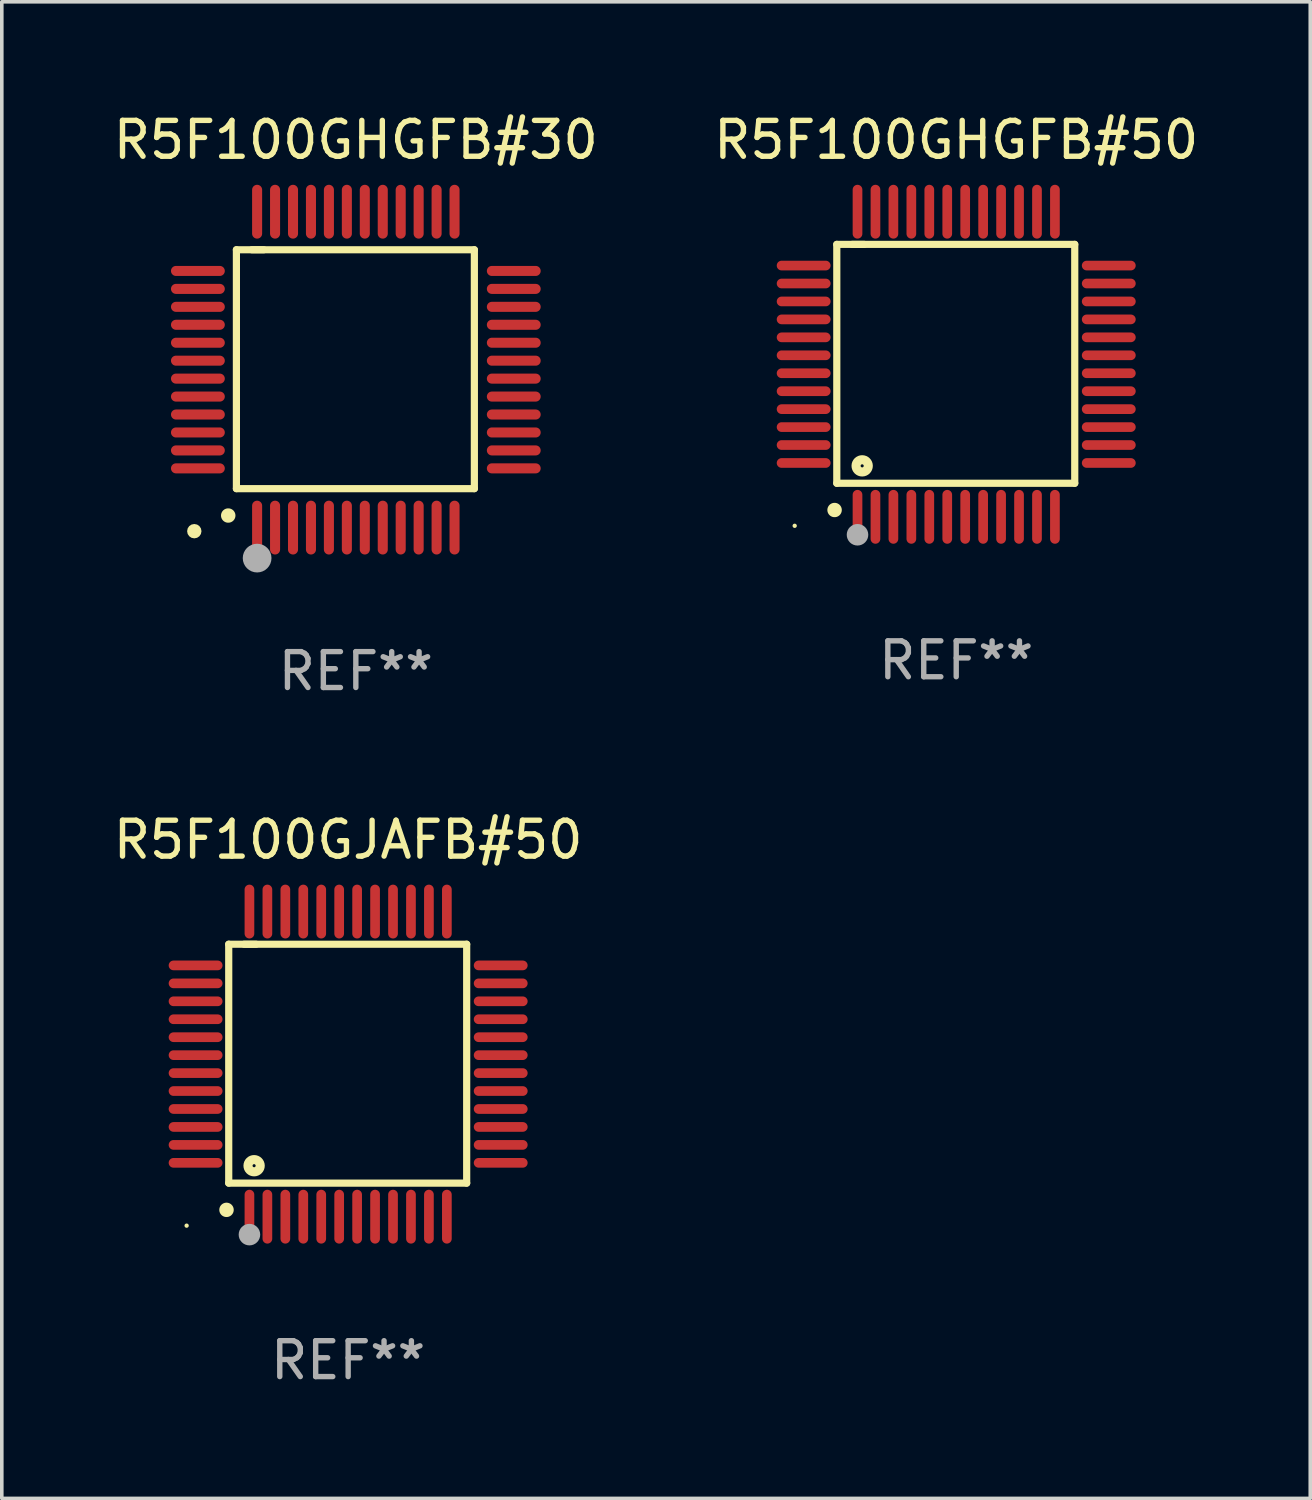
<source format=kicad_pcb>
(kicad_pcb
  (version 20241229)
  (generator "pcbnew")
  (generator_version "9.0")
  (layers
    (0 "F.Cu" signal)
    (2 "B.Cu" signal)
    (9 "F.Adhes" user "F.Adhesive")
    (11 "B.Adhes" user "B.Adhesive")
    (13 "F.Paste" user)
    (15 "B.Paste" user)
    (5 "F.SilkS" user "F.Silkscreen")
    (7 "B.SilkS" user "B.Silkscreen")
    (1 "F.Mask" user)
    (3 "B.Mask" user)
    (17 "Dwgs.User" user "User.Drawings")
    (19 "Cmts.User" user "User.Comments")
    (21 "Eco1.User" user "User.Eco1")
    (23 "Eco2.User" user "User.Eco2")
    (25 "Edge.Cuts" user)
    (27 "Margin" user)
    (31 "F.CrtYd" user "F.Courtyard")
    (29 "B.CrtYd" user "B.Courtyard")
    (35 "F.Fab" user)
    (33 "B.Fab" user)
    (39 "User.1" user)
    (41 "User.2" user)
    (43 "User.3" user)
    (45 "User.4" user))
  (footprint "R5F100GHGFB#30"
    (layer "F.Cu")
    (at 6.863 7.248)
    (property "Reference" "R5F100GHGFB#30" (at 0 -6.4 0) (layer "F.SilkS") (effects (font (size 1 1) (thickness 0.15))))
    (attr through_hole)
    (fp_line (start -3.327 -3.34) (end -2.565 -3.34) (stroke (width 0.2) (type solid)) (layer "F.SilkS"))
    (fp_line (start -3.327 3.315) (end -3.327 -3.34) (stroke (width 0.2) (type solid)) (layer "F.SilkS"))
    (fp_line (start -2.896 -3.34) (end 3.302 -3.34) (stroke (width 0.2) (type solid)) (layer "F.SilkS"))
    (fp_line (start 3.302 -3.34) (end 3.302 3.315) (stroke (width 0.2) (type solid)) (layer "F.SilkS"))
    (fp_line (start 3.302 3.315) (end -3.327 3.315) (stroke (width 0.2) (type solid)) (layer "F.SilkS"))
    (fp_arc (start -3.556007 4.064008) (mid -3.554737 4.064004) (end -3.553467 4.064008) (stroke (width 0.4) (type solid)) (layer "F.SilkS"))
    (fp_circle (center -4.5 4.5) (end -4.4 4.5) (stroke (width 0.2) (type solid)) (fill no) (layer "F.SilkS"))
    (fp_circle (center -2.75 5.25) (end -2.55 5.25) (stroke (width 0.4) (type solid)) (fill no) (layer "F.Fab"))
    (fp_text user "REF**" (at 0 8.4 0) (layer "F.Fab") (effects (font (size 1 1) (thickness 0.15))))
    (pad "1" smd oval (at -2.75 4.4 180) (size 0.28 1.5) (layers "F.Cu" "F.Mask" "F.Paste"))
    (pad "2" smd oval (at -2.25 4.4 180) (size 0.28 1.5) (layers "F.Cu" "F.Mask" "F.Paste"))
    (pad "3" smd oval (at -1.75 4.4 180) (size 0.28 1.5) (layers "F.Cu" "F.Mask" "F.Paste"))
    (pad "4" smd oval (at -1.25 4.4 180) (size 0.28 1.5) (layers "F.Cu" "F.Mask" "F.Paste"))
    (pad "5" smd oval (at -0.75 4.4 180) (size 0.28 1.5) (layers "F.Cu" "F.Mask" "F.Paste"))
    (pad "6" smd oval (at -0.25 4.4 180) (size 0.28 1.5) (layers "F.Cu" "F.Mask" "F.Paste"))
    (pad "7" smd oval (at 0.25 4.4 180) (size 0.28 1.5) (layers "F.Cu" "F.Mask" "F.Paste"))
    (pad "8" smd oval (at 0.75 4.4 180) (size 0.28 1.5) (layers "F.Cu" "F.Mask" "F.Paste"))
    (pad "9" smd oval (at 1.25 4.4 180) (size 0.28 1.5) (layers "F.Cu" "F.Mask" "F.Paste"))
    (pad "10" smd oval (at 1.75 4.4 180) (size 0.28 1.5) (layers "F.Cu" "F.Mask" "F.Paste"))
    (pad "11" smd oval (at 2.25 4.4 180) (size 0.28 1.5) (layers "F.Cu" "F.Mask" "F.Paste"))
    (pad "12" smd oval (at 2.75 4.4 180) (size 0.28 1.5) (layers "F.Cu" "F.Mask" "F.Paste"))
    (pad "13" smd oval (at 4.4 2.75 90) (size 0.28 1.5) (layers "F.Cu" "F.Mask" "F.Paste"))
    (pad "14" smd oval (at 4.4 2.25 90) (size 0.28 1.5) (layers "F.Cu" "F.Mask" "F.Paste"))
    (pad "15" smd oval (at 4.4 1.75 90) (size 0.28 1.5) (layers "F.Cu" "F.Mask" "F.Paste"))
    (pad "16" smd oval (at 4.4 1.25 90) (size 0.28 1.5) (layers "F.Cu" "F.Mask" "F.Paste"))
    (pad "17" smd oval (at 4.4 0.75 90) (size 0.28 1.5) (layers "F.Cu" "F.Mask" "F.Paste"))
    (pad "18" smd oval (at 4.4 0.25 90) (size 0.28 1.5) (layers "F.Cu" "F.Mask" "F.Paste"))
    (pad "19" smd oval (at 4.4 -0.25 90) (size 0.28 1.5) (layers "F.Cu" "F.Mask" "F.Paste"))
    (pad "20" smd oval (at 4.4 -0.75 90) (size 0.28 1.5) (layers "F.Cu" "F.Mask" "F.Paste"))
    (pad "21" smd oval (at 4.4 -1.25 90) (size 0.28 1.5) (layers "F.Cu" "F.Mask" "F.Paste"))
    (pad "22" smd oval (at 4.4 -1.75 90) (size 0.28 1.5) (layers "F.Cu" "F.Mask" "F.Paste"))
    (pad "23" smd oval (at 4.4 -2.25 90) (size 0.28 1.5) (layers "F.Cu" "F.Mask" "F.Paste"))
    (pad "24" smd oval (at 4.4 -2.75 90) (size 0.28 1.5) (layers "F.Cu" "F.Mask" "F.Paste"))
    (pad "25" smd oval (at 2.75 -4.4 180) (size 0.28 1.5) (layers "F.Cu" "F.Mask" "F.Paste"))
    (pad "26" smd oval (at 2.25 -4.4 180) (size 0.28 1.5) (layers "F.Cu" "F.Mask" "F.Paste"))
    (pad "27" smd oval (at 1.75 -4.4 180) (size 0.28 1.5) (layers "F.Cu" "F.Mask" "F.Paste"))
    (pad "28" smd oval (at 1.25 -4.4 180) (size 0.28 1.5) (layers "F.Cu" "F.Mask" "F.Paste"))
    (pad "29" smd oval (at 0.75 -4.4 180) (size 0.28 1.5) (layers "F.Cu" "F.Mask" "F.Paste"))
    (pad "30" smd oval (at 0.25 -4.4 180) (size 0.28 1.5) (layers "F.Cu" "F.Mask" "F.Paste"))
    (pad "31" smd oval (at -0.25 -4.4 180) (size 0.28 1.5) (layers "F.Cu" "F.Mask" "F.Paste"))
    (pad "32" smd oval (at -0.75 -4.4 180) (size 0.28 1.5) (layers "F.Cu" "F.Mask" "F.Paste"))
    (pad "33" smd oval (at -1.25 -4.4 180) (size 0.28 1.5) (layers "F.Cu" "F.Mask" "F.Paste"))
    (pad "34" smd oval (at -1.75 -4.4 180) (size 0.28 1.5) (layers "F.Cu" "F.Mask" "F.Paste"))
    (pad "35" smd oval (at -2.25 -4.4 180) (size 0.28 1.5) (layers "F.Cu" "F.Mask" "F.Paste"))
    (pad "36" smd oval (at -2.75 -4.4 180) (size 0.28 1.5) (layers "F.Cu" "F.Mask" "F.Paste"))
    (pad "37" smd oval (at -4.4 -2.75 90) (size 0.28 1.5) (layers "F.Cu" "F.Mask" "F.Paste"))
    (pad "38" smd oval (at -4.4 -2.25 90) (size 0.28 1.5) (layers "F.Cu" "F.Mask" "F.Paste"))
    (pad "39" smd oval (at -4.4 -1.75 90) (size 0.28 1.5) (layers "F.Cu" "F.Mask" "F.Paste"))
    (pad "40" smd oval (at -4.4 -1.25 90) (size 0.28 1.5) (layers "F.Cu" "F.Mask" "F.Paste"))
    (pad "41" smd oval (at -4.4 -0.75 90) (size 0.28 1.5) (layers "F.Cu" "F.Mask" "F.Paste"))
    (pad "42" smd oval (at -4.4 -0.25 90) (size 0.28 1.5) (layers "F.Cu" "F.Mask" "F.Paste"))
    (pad "43" smd oval (at -4.4 0.25 90) (size 0.28 1.5) (layers "F.Cu" "F.Mask" "F.Paste"))
    (pad "44" smd oval (at -4.4 0.75 90) (size 0.28 1.5) (layers "F.Cu" "F.Mask" "F.Paste"))
    (pad "45" smd oval (at -4.4 1.25 90) (size 0.28 1.5) (layers "F.Cu" "F.Mask" "F.Paste"))
    (pad "46" smd oval (at -4.4 1.75 90) (size 0.28 1.5) (layers "F.Cu" "F.Mask" "F.Paste"))
    (pad "47" smd oval (at -4.4 2.25 90) (size 0.28 1.5) (layers "F.Cu" "F.Mask" "F.Paste"))
    (pad "48" smd oval (at -4.4 2.75 90) (size 0.28 1.5) (layers "F.Cu" "F.Mask" "F.Paste")))
  (footprint "R5F100GJAFB#50"
    (layer "F.Cu")
    (at 6.649 26.595)
    (property "Reference" "R5F100GJAFB#50" (at 0 -6.25 0) (layer "F.SilkS") (effects (font (size 1 1) (thickness 0.15))))
    (attr through_hole)
    (fp_line (start -3.327 -3.34) (end -2.565 -3.34) (stroke (width 0.2) (type solid)) (layer "F.SilkS"))
    (fp_line (start -3.327 3.315) (end -3.327 -3.34) (stroke (width 0.2) (type solid)) (layer "F.SilkS"))
    (fp_line (start -2.896 -3.34) (end 3.302 -3.34) (stroke (width 0.2) (type solid)) (layer "F.SilkS"))
    (fp_line (start 3.302 -3.34) (end 3.302 3.315) (stroke (width 0.2) (type solid)) (layer "F.SilkS"))
    (fp_line (start 3.302 3.315) (end -3.327 3.315) (stroke (width 0.2) (type solid)) (layer "F.SilkS"))
    (fp_arc (start -3.389992 4.059995) (mid -3.388722 4.059991) (end -3.387452 4.059995) (stroke (width 0.4) (type solid)) (layer "F.SilkS"))
    (fp_circle (center -4.5 4.5) (end -4.47 4.5) (stroke (width 0.06) (type solid)) (fill no) (layer "F.SilkS"))
    (fp_circle (center -2.62 2.83) (end -2.45 2.83) (stroke (width 0.254) (type solid)) (fill no) (layer "F.SilkS"))
    (fp_circle (center -2.75 4.75) (end -2.6 4.75) (stroke (width 0.3) (type solid)) (fill no) (layer "F.Fab"))
    (fp_text user "REF**" (at 0 8.25 0) (layer "F.Fab") (effects (font (size 1 1) (thickness 0.15))))
    (pad "1" smd oval (at -2.75 4.25) (size 0.27 1.5) (layers "F.Cu" "F.Mask" "F.Paste"))
    (pad "2" smd oval (at -2.25 4.25) (size 0.27 1.5) (layers "F.Cu" "F.Mask" "F.Paste"))
    (pad "3" smd oval (at -1.75 4.25) (size 0.27 1.5) (layers "F.Cu" "F.Mask" "F.Paste"))
    (pad "4" smd oval (at -1.25 4.25) (size 0.27 1.5) (layers "F.Cu" "F.Mask" "F.Paste"))
    (pad "5" smd oval (at -0.75 4.25) (size 0.27 1.5) (layers "F.Cu" "F.Mask" "F.Paste"))
    (pad "6" smd oval (at -0.25 4.25) (size 0.27 1.5) (layers "F.Cu" "F.Mask" "F.Paste"))
    (pad "7" smd oval (at 0.25 4.25) (size 0.27 1.5) (layers "F.Cu" "F.Mask" "F.Paste"))
    (pad "8" smd oval (at 0.75 4.25) (size 0.27 1.5) (layers "F.Cu" "F.Mask" "F.Paste"))
    (pad "9" smd oval (at 1.25 4.25) (size 0.27 1.5) (layers "F.Cu" "F.Mask" "F.Paste"))
    (pad "10" smd oval (at 1.75 4.25) (size 0.27 1.5) (layers "F.Cu" "F.Mask" "F.Paste"))
    (pad "11" smd oval (at 2.25 4.25) (size 0.27 1.5) (layers "F.Cu" "F.Mask" "F.Paste"))
    (pad "12" smd oval (at 2.75 4.25) (size 0.27 1.5) (layers "F.Cu" "F.Mask" "F.Paste"))
    (pad "13" smd oval (at 4.25 2.75) (size 1.5 0.27) (layers "F.Cu" "F.Mask" "F.Paste"))
    (pad "14" smd oval (at 4.25 2.25) (size 1.5 0.27) (layers "F.Cu" "F.Mask" "F.Paste"))
    (pad "15" smd oval (at 4.25 1.75) (size 1.5 0.27) (layers "F.Cu" "F.Mask" "F.Paste"))
    (pad "16" smd oval (at 4.25 1.25) (size 1.5 0.27) (layers "F.Cu" "F.Mask" "F.Paste"))
    (pad "17" smd oval (at 4.25 0.75) (size 1.5 0.27) (layers "F.Cu" "F.Mask" "F.Paste"))
    (pad "18" smd oval (at 4.25 0.25) (size 1.5 0.27) (layers "F.Cu" "F.Mask" "F.Paste"))
    (pad "19" smd oval (at 4.25 -0.25) (size 1.5 0.27) (layers "F.Cu" "F.Mask" "F.Paste"))
    (pad "20" smd oval (at 4.25 -0.75) (size 1.5 0.27) (layers "F.Cu" "F.Mask" "F.Paste"))
    (pad "21" smd oval (at 4.25 -1.25) (size 1.5 0.27) (layers "F.Cu" "F.Mask" "F.Paste"))
    (pad "22" smd oval (at 4.25 -1.75) (size 1.5 0.27) (layers "F.Cu" "F.Mask" "F.Paste"))
    (pad "23" smd oval (at 4.25 -2.25) (size 1.5 0.27) (layers "F.Cu" "F.Mask" "F.Paste"))
    (pad "24" smd oval (at 4.25 -2.75) (size 1.5 0.27) (layers "F.Cu" "F.Mask" "F.Paste"))
    (pad "25" smd oval (at 2.75 -4.25) (size 0.27 1.5) (layers "F.Cu" "F.Mask" "F.Paste"))
    (pad "26" smd oval (at 2.25 -4.25) (size 0.27 1.5) (layers "F.Cu" "F.Mask" "F.Paste"))
    (pad "27" smd oval (at 1.75 -4.25) (size 0.27 1.5) (layers "F.Cu" "F.Mask" "F.Paste"))
    (pad "28" smd oval (at 1.25 -4.25) (size 0.27 1.5) (layers "F.Cu" "F.Mask" "F.Paste"))
    (pad "29" smd oval (at 0.75 -4.25) (size 0.27 1.5) (layers "F.Cu" "F.Mask" "F.Paste"))
    (pad "30" smd oval (at 0.25 -4.25) (size 0.27 1.5) (layers "F.Cu" "F.Mask" "F.Paste"))
    (pad "31" smd oval (at -0.25 -4.25) (size 0.27 1.5) (layers "F.Cu" "F.Mask" "F.Paste"))
    (pad "32" smd oval (at -0.75 -4.25) (size 0.27 1.5) (layers "F.Cu" "F.Mask" "F.Paste"))
    (pad "33" smd oval (at -1.25 -4.25) (size 0.27 1.5) (layers "F.Cu" "F.Mask" "F.Paste"))
    (pad "34" smd oval (at -1.75 -4.25) (size 0.27 1.5) (layers "F.Cu" "F.Mask" "F.Paste"))
    (pad "35" smd oval (at -2.25 -4.25) (size 0.27 1.5) (layers "F.Cu" "F.Mask" "F.Paste"))
    (pad "36" smd oval (at -2.75 -4.25) (size 0.27 1.5) (layers "F.Cu" "F.Mask" "F.Paste"))
    (pad "37" smd oval (at -4.25 -2.75) (size 1.5 0.27) (layers "F.Cu" "F.Mask" "F.Paste"))
    (pad "38" smd oval (at -4.25 -2.25) (size 1.5 0.27) (layers "F.Cu" "F.Mask" "F.Paste"))
    (pad "39" smd oval (at -4.25 -1.75) (size 1.5 0.27) (layers "F.Cu" "F.Mask" "F.Paste"))
    (pad "40" smd oval (at -4.25 -1.25) (size 1.5 0.27) (layers "F.Cu" "F.Mask" "F.Paste"))
    (pad "41" smd oval (at -4.25 -0.75) (size 1.5 0.27) (layers "F.Cu" "F.Mask" "F.Paste"))
    (pad "42" smd oval (at -4.25 -0.25) (size 1.5 0.27) (layers "F.Cu" "F.Mask" "F.Paste"))
    (pad "43" smd oval (at -4.25 0.25) (size 1.5 0.27) (layers "F.Cu" "F.Mask" "F.Paste"))
    (pad "44" smd oval (at -4.25 0.75) (size 1.5 0.27) (layers "F.Cu" "F.Mask" "F.Paste"))
    (pad "45" smd oval (at -4.25 1.25) (size 1.5 0.27) (layers "F.Cu" "F.Mask" "F.Paste"))
    (pad "46" smd oval (at -4.25 1.75) (size 1.5 0.27) (layers "F.Cu" "F.Mask" "F.Paste"))
    (pad "47" smd oval (at -4.25 2.25) (size 1.5 0.27) (layers "F.Cu" "F.Mask" "F.Paste"))
    (pad "48" smd oval (at -4.25 2.75) (size 1.5 0.27) (layers "F.Cu" "F.Mask" "F.Paste")))
  (footprint "R5F100GHGFB#50"
    (layer "F.Cu")
    (at 23.589 7.098)
    (property "Reference" "R5F100GHGFB#50" (at 0 -6.25 0) (layer "F.SilkS") (effects (font (size 1 1) (thickness 0.15))))
    (attr through_hole)
    (fp_line (start -3.327 -3.34) (end -2.565 -3.34) (stroke (width 0.2) (type solid)) (layer "F.SilkS"))
    (fp_line (start -3.327 3.315) (end -3.327 -3.34) (stroke (width 0.2) (type solid)) (layer "F.SilkS"))
    (fp_line (start -2.896 -3.34) (end 3.302 -3.34) (stroke (width 0.2) (type solid)) (layer "F.SilkS"))
    (fp_line (start 3.302 -3.34) (end 3.302 3.315) (stroke (width 0.2) (type solid)) (layer "F.SilkS"))
    (fp_line (start 3.302 3.315) (end -3.327 3.315) (stroke (width 0.2) (type solid)) (layer "F.SilkS"))
    (fp_arc (start -3.389992 4.059995) (mid -3.388722 4.059991) (end -3.387452 4.059995) (stroke (width 0.4) (type solid)) (layer "F.SilkS"))
    (fp_circle (center -4.5 4.5) (end -4.47 4.5) (stroke (width 0.06) (type solid)) (fill no) (layer "F.SilkS"))
    (fp_circle (center -2.62 2.83) (end -2.45 2.83) (stroke (width 0.254) (type solid)) (fill no) (layer "F.SilkS"))
    (fp_circle (center -2.75 4.75) (end -2.6 4.75) (stroke (width 0.3) (type solid)) (fill no) (layer "F.Fab"))
    (fp_text user "REF**" (at 0 8.25 0) (layer "F.Fab") (effects (font (size 1 1) (thickness 0.15))))
    (pad "1" smd oval (at -2.75 4.25) (size 0.27 1.5) (layers "F.Cu" "F.Mask" "F.Paste"))
    (pad "2" smd oval (at -2.25 4.25) (size 0.27 1.5) (layers "F.Cu" "F.Mask" "F.Paste"))
    (pad "3" smd oval (at -1.75 4.25) (size 0.27 1.5) (layers "F.Cu" "F.Mask" "F.Paste"))
    (pad "4" smd oval (at -1.25 4.25) (size 0.27 1.5) (layers "F.Cu" "F.Mask" "F.Paste"))
    (pad "5" smd oval (at -0.75 4.25) (size 0.27 1.5) (layers "F.Cu" "F.Mask" "F.Paste"))
    (pad "6" smd oval (at -0.25 4.25) (size 0.27 1.5) (layers "F.Cu" "F.Mask" "F.Paste"))
    (pad "7" smd oval (at 0.25 4.25) (size 0.27 1.5) (layers "F.Cu" "F.Mask" "F.Paste"))
    (pad "8" smd oval (at 0.75 4.25) (size 0.27 1.5) (layers "F.Cu" "F.Mask" "F.Paste"))
    (pad "9" smd oval (at 1.25 4.25) (size 0.27 1.5) (layers "F.Cu" "F.Mask" "F.Paste"))
    (pad "10" smd oval (at 1.75 4.25) (size 0.27 1.5) (layers "F.Cu" "F.Mask" "F.Paste"))
    (pad "11" smd oval (at 2.25 4.25) (size 0.27 1.5) (layers "F.Cu" "F.Mask" "F.Paste"))
    (pad "12" smd oval (at 2.75 4.25) (size 0.27 1.5) (layers "F.Cu" "F.Mask" "F.Paste"))
    (pad "13" smd oval (at 4.25 2.75) (size 1.5 0.27) (layers "F.Cu" "F.Mask" "F.Paste"))
    (pad "14" smd oval (at 4.25 2.25) (size 1.5 0.27) (layers "F.Cu" "F.Mask" "F.Paste"))
    (pad "15" smd oval (at 4.25 1.75) (size 1.5 0.27) (layers "F.Cu" "F.Mask" "F.Paste"))
    (pad "16" smd oval (at 4.25 1.25) (size 1.5 0.27) (layers "F.Cu" "F.Mask" "F.Paste"))
    (pad "17" smd oval (at 4.25 0.75) (size 1.5 0.27) (layers "F.Cu" "F.Mask" "F.Paste"))
    (pad "18" smd oval (at 4.25 0.25) (size 1.5 0.27) (layers "F.Cu" "F.Mask" "F.Paste"))
    (pad "19" smd oval (at 4.25 -0.25) (size 1.5 0.27) (layers "F.Cu" "F.Mask" "F.Paste"))
    (pad "20" smd oval (at 4.25 -0.75) (size 1.5 0.27) (layers "F.Cu" "F.Mask" "F.Paste"))
    (pad "21" smd oval (at 4.25 -1.25) (size 1.5 0.27) (layers "F.Cu" "F.Mask" "F.Paste"))
    (pad "22" smd oval (at 4.25 -1.75) (size 1.5 0.27) (layers "F.Cu" "F.Mask" "F.Paste"))
    (pad "23" smd oval (at 4.25 -2.25) (size 1.5 0.27) (layers "F.Cu" "F.Mask" "F.Paste"))
    (pad "24" smd oval (at 4.25 -2.75) (size 1.5 0.27) (layers "F.Cu" "F.Mask" "F.Paste"))
    (pad "25" smd oval (at 2.75 -4.25) (size 0.27 1.5) (layers "F.Cu" "F.Mask" "F.Paste"))
    (pad "26" smd oval (at 2.25 -4.25) (size 0.27 1.5) (layers "F.Cu" "F.Mask" "F.Paste"))
    (pad "27" smd oval (at 1.75 -4.25) (size 0.27 1.5) (layers "F.Cu" "F.Mask" "F.Paste"))
    (pad "28" smd oval (at 1.25 -4.25) (size 0.27 1.5) (layers "F.Cu" "F.Mask" "F.Paste"))
    (pad "29" smd oval (at 0.75 -4.25) (size 0.27 1.5) (layers "F.Cu" "F.Mask" "F.Paste"))
    (pad "30" smd oval (at 0.25 -4.25) (size 0.27 1.5) (layers "F.Cu" "F.Mask" "F.Paste"))
    (pad "31" smd oval (at -0.25 -4.25) (size 0.27 1.5) (layers "F.Cu" "F.Mask" "F.Paste"))
    (pad "32" smd oval (at -0.75 -4.25) (size 0.27 1.5) (layers "F.Cu" "F.Mask" "F.Paste"))
    (pad "33" smd oval (at -1.25 -4.25) (size 0.27 1.5) (layers "F.Cu" "F.Mask" "F.Paste"))
    (pad "34" smd oval (at -1.75 -4.25) (size 0.27 1.5) (layers "F.Cu" "F.Mask" "F.Paste"))
    (pad "35" smd oval (at -2.25 -4.25) (size 0.27 1.5) (layers "F.Cu" "F.Mask" "F.Paste"))
    (pad "36" smd oval (at -2.75 -4.25) (size 0.27 1.5) (layers "F.Cu" "F.Mask" "F.Paste"))
    (pad "37" smd oval (at -4.25 -2.75) (size 1.5 0.27) (layers "F.Cu" "F.Mask" "F.Paste"))
    (pad "38" smd oval (at -4.25 -2.25) (size 1.5 0.27) (layers "F.Cu" "F.Mask" "F.Paste"))
    (pad "39" smd oval (at -4.25 -1.75) (size 1.5 0.27) (layers "F.Cu" "F.Mask" "F.Paste"))
    (pad "40" smd oval (at -4.25 -1.25) (size 1.5 0.27) (layers "F.Cu" "F.Mask" "F.Paste"))
    (pad "41" smd oval (at -4.25 -0.75) (size 1.5 0.27) (layers "F.Cu" "F.Mask" "F.Paste"))
    (pad "42" smd oval (at -4.25 -0.25) (size 1.5 0.27) (layers "F.Cu" "F.Mask" "F.Paste"))
    (pad "43" smd oval (at -4.25 0.25) (size 1.5 0.27) (layers "F.Cu" "F.Mask" "F.Paste"))
    (pad "44" smd oval (at -4.25 0.75) (size 1.5 0.27) (layers "F.Cu" "F.Mask" "F.Paste"))
    (pad "45" smd oval (at -4.25 1.25) (size 1.5 0.27) (layers "F.Cu" "F.Mask" "F.Paste"))
    (pad "46" smd oval (at -4.25 1.75) (size 1.5 0.27) (layers "F.Cu" "F.Mask" "F.Paste"))
    (pad "47" smd oval (at -4.25 2.25) (size 1.5 0.27) (layers "F.Cu" "F.Mask" "F.Paste"))
    (pad "48" smd oval (at -4.25 2.75) (size 1.5 0.27) (layers "F.Cu" "F.Mask" "F.Paste")))
  (gr_rect
    (start -3 -3)
    (end 33.452 38.693)
    (stroke (width 0.1) (type default))
    (fill no)
    (layer "Edge.Cuts")))
</source>
